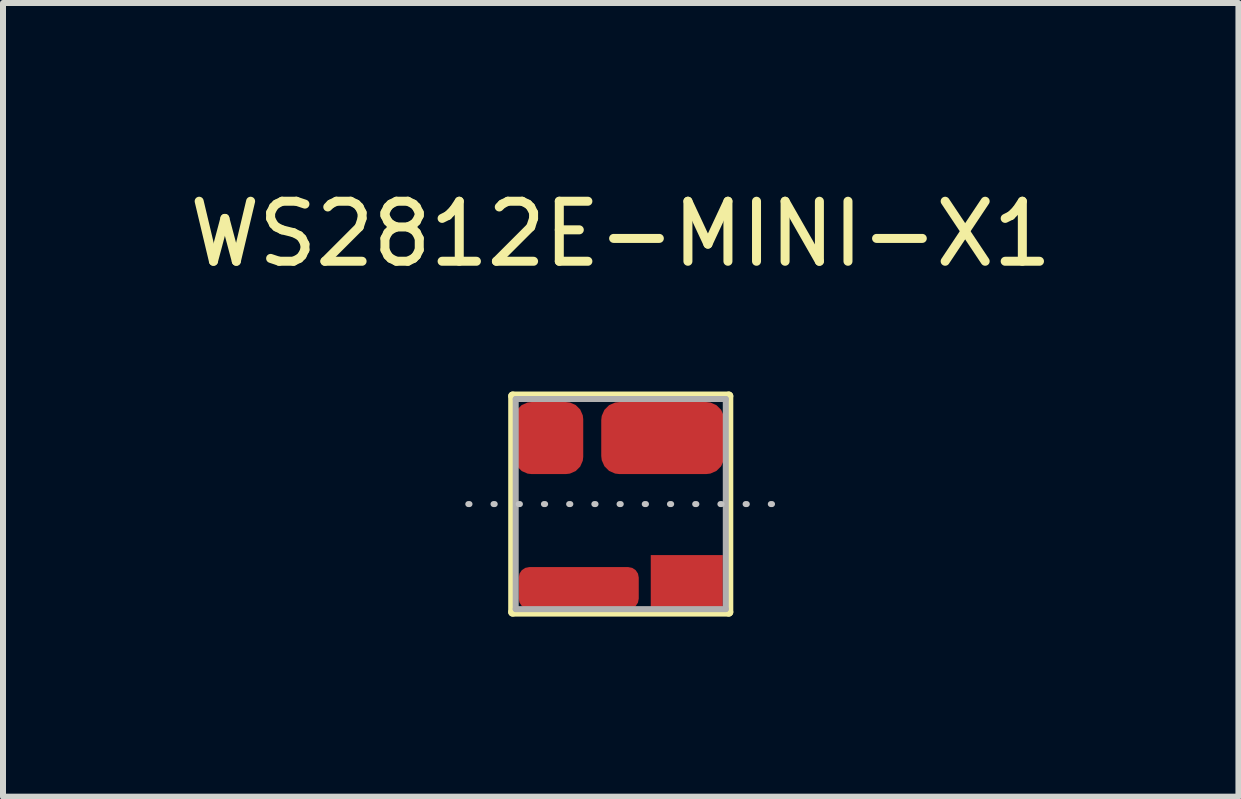
<source format=kicad_pcb>
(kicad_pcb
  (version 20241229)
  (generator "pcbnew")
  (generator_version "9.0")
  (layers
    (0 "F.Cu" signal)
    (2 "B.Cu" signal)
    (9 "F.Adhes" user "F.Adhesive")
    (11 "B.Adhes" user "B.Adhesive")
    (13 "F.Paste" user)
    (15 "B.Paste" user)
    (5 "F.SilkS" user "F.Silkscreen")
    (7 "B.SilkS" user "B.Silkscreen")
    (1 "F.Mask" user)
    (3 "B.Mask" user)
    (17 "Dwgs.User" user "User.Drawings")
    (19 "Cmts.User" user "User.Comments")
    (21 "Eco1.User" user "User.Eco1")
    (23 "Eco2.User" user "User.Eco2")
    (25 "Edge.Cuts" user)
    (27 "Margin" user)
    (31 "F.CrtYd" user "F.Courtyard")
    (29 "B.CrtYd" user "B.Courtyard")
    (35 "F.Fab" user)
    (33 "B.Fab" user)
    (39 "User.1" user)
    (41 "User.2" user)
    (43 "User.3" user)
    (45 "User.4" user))
  (footprint "WS2812E-MINI-X1"
    (layer "F.Cu")
    (at 7.292 5.348)
    (property "Reference" "WS2812E-MINI-X1" (at 0 -4.5 0) (unlocked yes) (layer "F.SilkS") (effects (font (size 1 1) (thickness 0.15))))
    (attr smd)
    (fp_line (start -1.8 -1.8) (end 1.8 -1.8) (stroke (width 0.15) (type default)) (layer "F.SilkS"))
    (fp_line (start -1.8 1.8) (end -1.8 -1.8) (stroke (width 0.15) (type default)) (layer "F.SilkS"))
    (fp_line (start 1.8 -1.8) (end 1.8 1.8) (stroke (width 0.15) (type default)) (layer "F.SilkS"))
    (fp_line (start 1.8 1.8) (end -1.8 1.8) (stroke (width 0.15) (type default)) (layer "F.SilkS"))
    (fp_line (start -2.54 0) (end 2.54 0) (stroke (width 0.1) (type dot)) (layer "Dwgs.User"))
    (fp_line (start -1.75 -1.75) (end 1.75 -1.75) (stroke (width 0.1) (type default)) (layer "F.Fab"))
    (fp_line (start -1.75 1.75) (end -1.75 -1.75) (stroke (width 0.1) (type default)) (layer "F.Fab"))
    (fp_line (start 1.75 -1.75) (end 1.75 1.75) (stroke (width 0.1) (type default)) (layer "F.Fab"))
    (fp_line (start 1.75 1.75) (end -1.75 1.75) (stroke (width 0.1) (type default)) (layer "F.Fab"))
    (pad "1" smd trapezoid (at 1.1 1.3) (size 1.2 0.9) (layers "F.Cu" "F.Mask" "F.Paste"))
    (pad "2" smd roundrect (at 0.7 -1.1) (size 2.05 1.2) (layers "F.Cu" "F.Mask" "F.Paste") (roundrect_rratio 0.25))
    (pad "3" smd roundrect (at -1.2 -1.1) (size 1.15 1.2) (layers "F.Cu" "F.Mask" "F.Paste") (roundrect_rratio 0.25))
    (pad "4" smd roundrect (at -0.7 1.4) (size 2 0.7) (layers "F.Cu" "F.Mask" "F.Paste") (roundrect_rratio 0.25)))
  (gr_rect
    (start -3 -3)
    (end 17.583 10.223)
    (stroke (width 0.1) (type default))
    (fill no)
    (layer "Edge.Cuts")))
</source>
